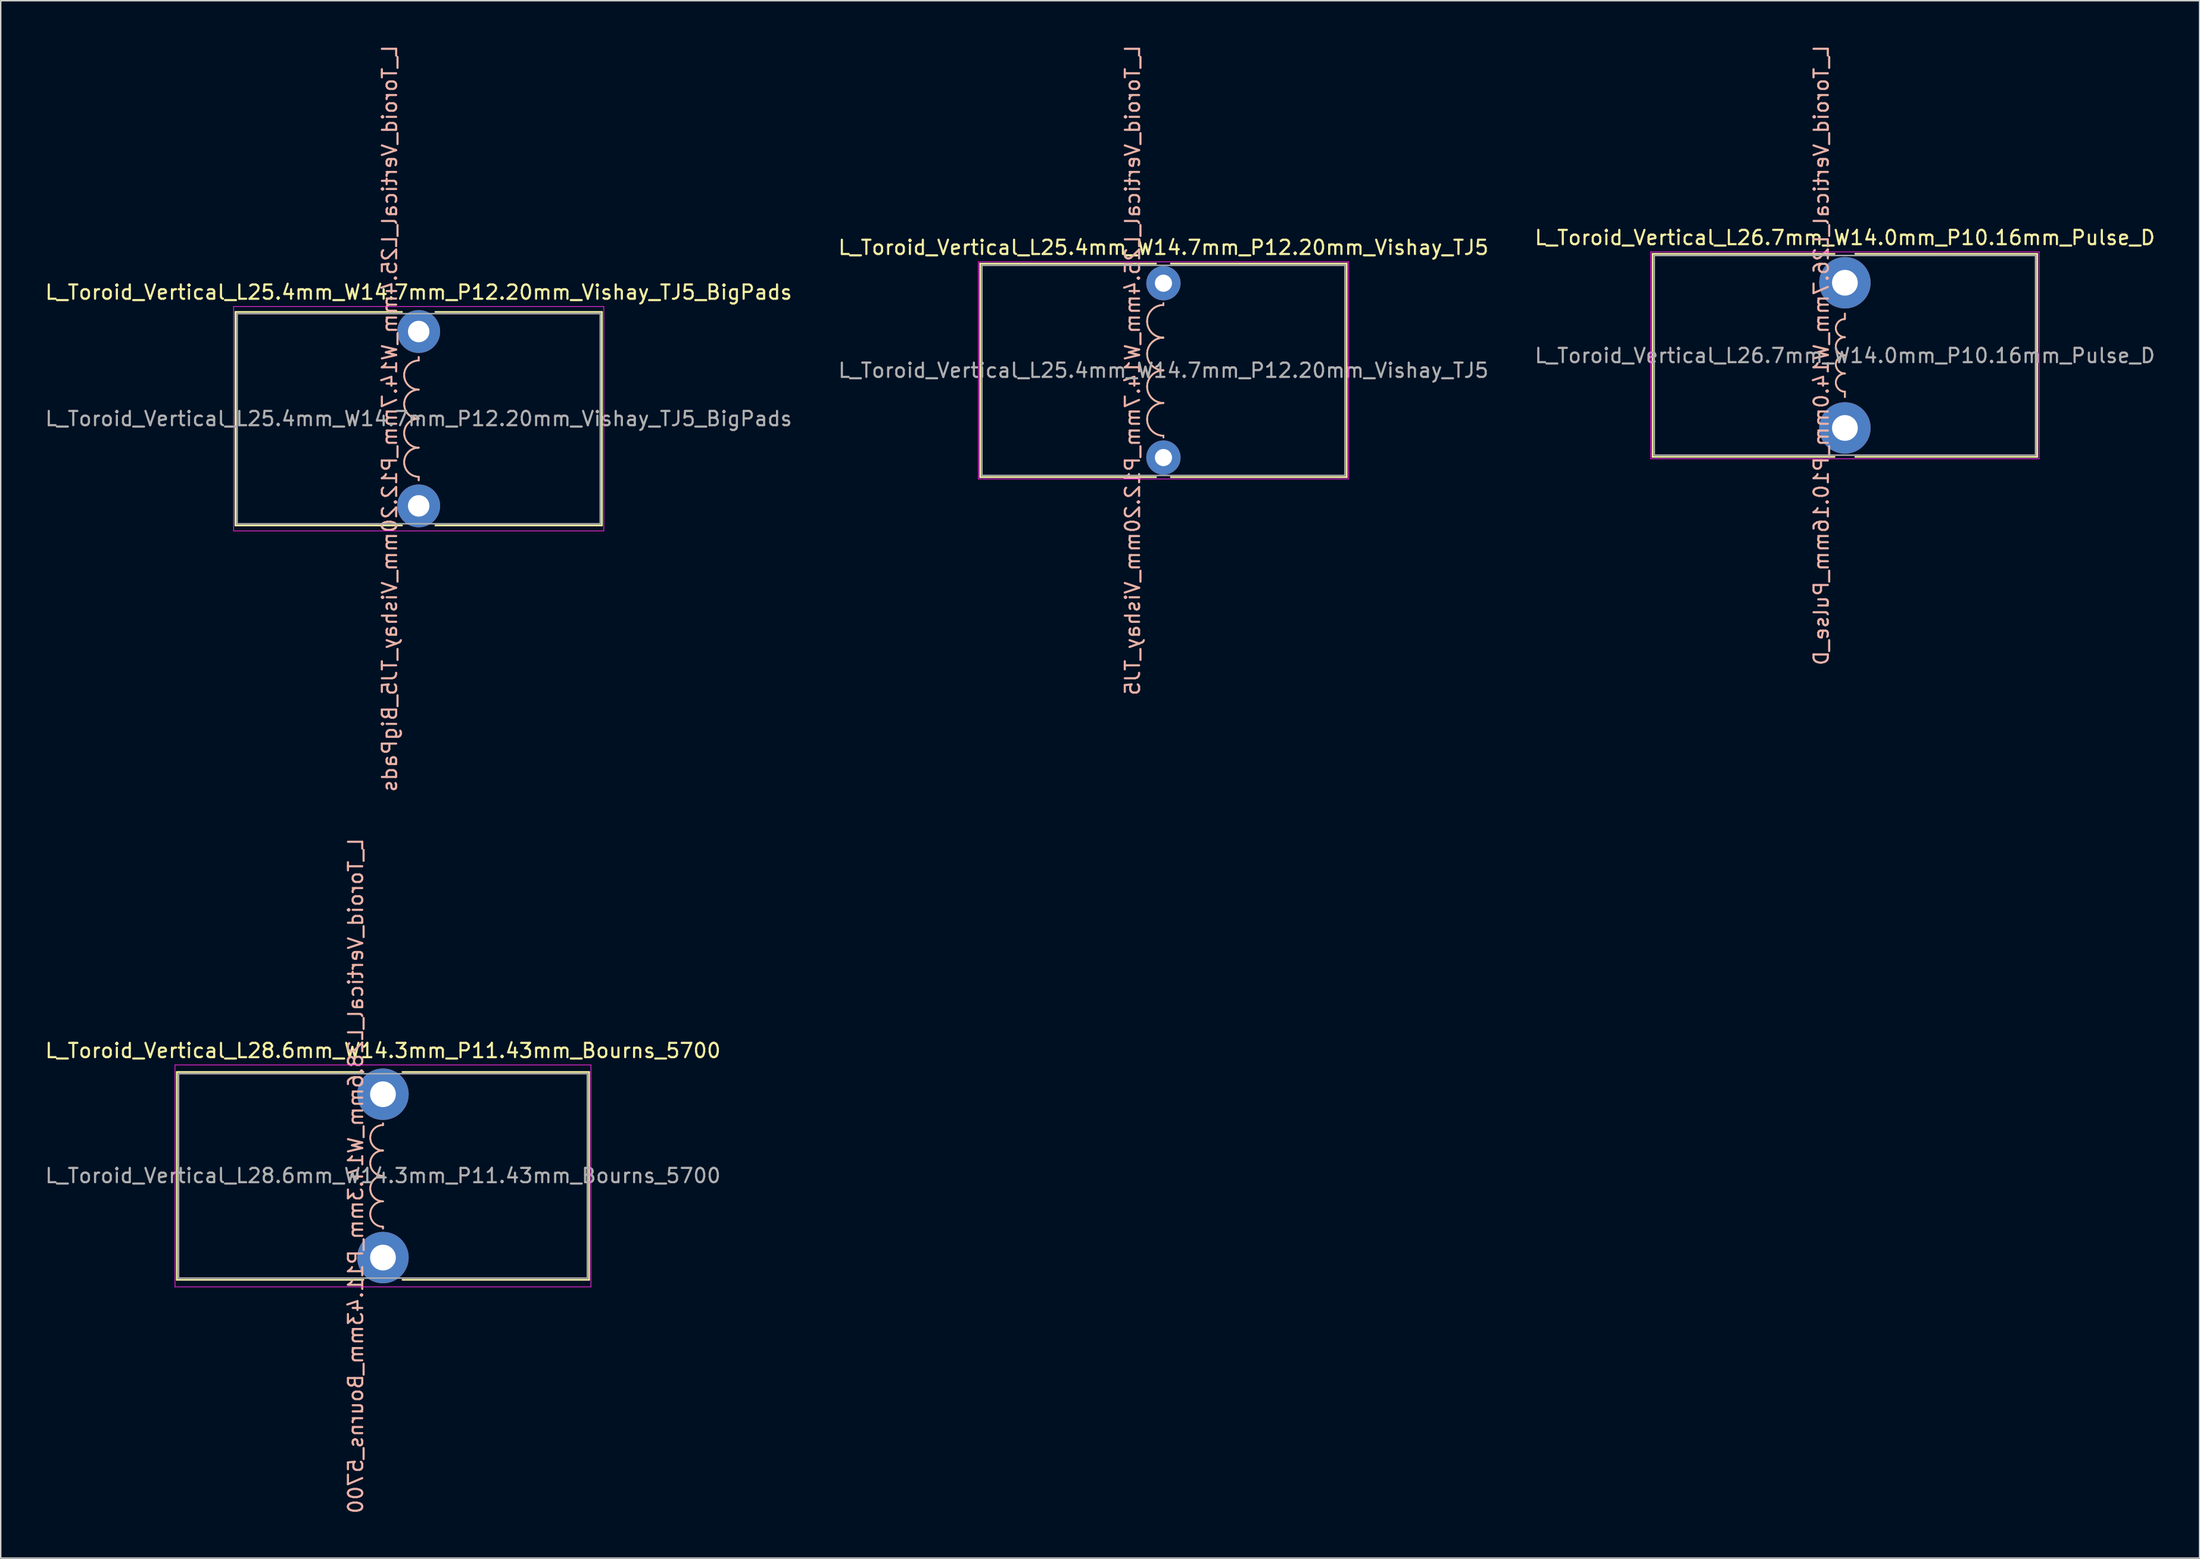
<source format=kicad_pcb>
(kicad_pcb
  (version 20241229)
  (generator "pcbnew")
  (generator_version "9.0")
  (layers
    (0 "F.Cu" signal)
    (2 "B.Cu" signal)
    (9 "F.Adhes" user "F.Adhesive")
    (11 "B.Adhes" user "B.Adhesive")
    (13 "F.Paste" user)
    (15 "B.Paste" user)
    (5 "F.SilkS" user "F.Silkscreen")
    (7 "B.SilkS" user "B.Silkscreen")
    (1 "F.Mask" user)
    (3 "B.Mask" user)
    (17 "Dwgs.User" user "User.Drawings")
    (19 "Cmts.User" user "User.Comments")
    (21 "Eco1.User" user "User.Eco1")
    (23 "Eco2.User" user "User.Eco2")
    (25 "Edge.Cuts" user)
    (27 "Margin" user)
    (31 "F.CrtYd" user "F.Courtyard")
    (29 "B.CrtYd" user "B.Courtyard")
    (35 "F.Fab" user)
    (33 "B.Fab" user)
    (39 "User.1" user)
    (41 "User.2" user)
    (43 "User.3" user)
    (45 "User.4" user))
  (footprint "L_Toroid_Vertical_L26.7mm_W14.0mm_P10.16mm_Pulse_D"
    (layer "F.Cu")
    (at 126.03 16.735)
    (property "Reference" "L_Toroid_Vertical_L26.7mm_W14.0mm_P10.16mm_Pulse_D" (at 0 -3.155 0) (layer "F.SilkS") (effects (font (size 1 1) (thickness 0.15))))
    (fp_line (start -13.455 -2.025) (end -13.455 12.185) (stroke (width 0.12) (type solid)) (layer "F.SilkS"))
    (fp_line (start -13.455 -2.025) (end -0.725 -2.025) (stroke (width 0.12) (type solid)) (layer "F.SilkS"))
    (fp_line (start -13.455 12.185) (end -0.725 12.185) (stroke (width 0.12) (type solid)) (layer "F.SilkS"))
    (fp_line (start 0 2.54) (end 0 2.159) (stroke (width 0.12) (type solid)) (layer "F.SilkS"))
    (fp_line (start 0 7.62) (end 0 8.001) (stroke (width 0.12) (type solid)) (layer "F.SilkS"))
    (fp_line (start 0.725 -2.025) (end 13.455 -2.025) (stroke (width 0.12) (type solid)) (layer "F.SilkS"))
    (fp_line (start 0.725 12.185) (end 13.455 12.185) (stroke (width 0.12) (type solid)) (layer "F.SilkS"))
    (fp_line (start 13.455 -2.025) (end 13.455 12.185) (stroke (width 0.12) (type solid)) (layer "F.SilkS"))
    (fp_arc (start 0 3.81) (mid -0.635 3.175) (end 0 2.54) (stroke (width 0.12) (type solid)) (layer "F.SilkS"))
    (fp_arc (start 0 5.08) (mid -0.635 4.445) (end 0 3.81) (stroke (width 0.12) (type solid)) (layer "F.SilkS"))
    (fp_arc (start 0 6.35) (mid -0.635 5.715) (end 0 5.08) (stroke (width 0.12) (type solid)) (layer "F.SilkS"))
    (fp_arc (start 0 7.62) (mid -0.635 6.985) (end 0 6.35) (stroke (width 0.12) (type solid)) (layer "F.SilkS"))
    (fp_line (start 0 2.54) (end 0 2.159) (stroke (width 0.12) (type solid)) (layer "B.SilkS"))
    (fp_line (start 0 7.62) (end 0 8.001) (stroke (width 0.12) (type solid)) (layer "B.SilkS"))
    (fp_arc (start 0 3.81) (mid -0.635 3.175) (end 0 2.54) (stroke (width 0.12) (type solid)) (layer "B.SilkS"))
    (fp_arc (start 0 5.08) (mid -0.635 4.445) (end 0 3.81) (stroke (width 0.12) (type solid)) (layer "B.SilkS"))
    (fp_arc (start 0 6.35) (mid -0.635 5.715) (end 0 5.08) (stroke (width 0.12) (type solid)) (layer "B.SilkS"))
    (fp_arc (start 0 7.62) (mid -0.635 6.985) (end 0 6.35) (stroke (width 0.12) (type solid)) (layer "B.SilkS"))
    (fp_line (start -13.59 -2.16) (end -13.59 12.32) (stroke (width 0.05) (type solid)) (layer "F.CrtYd"))
    (fp_line (start -13.59 12.32) (end 13.59 12.32) (stroke (width 0.05) (type solid)) (layer "F.CrtYd"))
    (fp_line (start 13.59 -2.16) (end -13.59 -2.16) (stroke (width 0.05) (type solid)) (layer "F.CrtYd"))
    (fp_line (start 13.59 12.32) (end 13.59 -2.16) (stroke (width 0.05) (type solid)) (layer "F.CrtYd"))
    (fp_line (start -13.335 -1.905) (end -13.335 12.065) (stroke (width 0.1) (type solid)) (layer "F.Fab"))
    (fp_line (start -13.335 12.065) (end 13.335 12.065) (stroke (width 0.1) (type solid)) (layer "F.Fab"))
    (fp_line (start 13.335 -1.905) (end -13.335 -1.905) (stroke (width 0.1) (type solid)) (layer "F.Fab"))
    (fp_line (start 13.335 12.065) (end 13.335 -1.905) (stroke (width 0.1) (type solid)) (layer "F.Fab"))
    (fp_text user "${REFERENCE}" (at -1.651 5.08 90) (layer "B.SilkS") (effects (font (size 1 1) (thickness 0.15)) (justify mirror)))
    (fp_text user "${REFERENCE}" (at 0 5.1 0) (layer "F.Fab") (effects (font (size 1 1) (thickness 0.15))))
    (pad "1" thru_hole circle (at 0 0) (size 3.6 3.6) (drill 1.8) (layers "*.Cu" "*.Mask"))
    (pad "2" thru_hole circle (at 0 10.16) (size 3.6 3.6) (drill 1.8) (layers "*.Cu" "*.Mask")))
  (footprint "L_Toroid_Vertical_L25.4mm_W14.7mm_P12.20mm_Vishay_TJ5"
    (layer "F.Cu")
    (at 78.351 16.767)
    (property "Reference" "L_Toroid_Vertical_L25.4mm_W14.7mm_P12.20mm_Vishay_TJ5" (at 0 -2.5 0) (layer "F.SilkS") (effects (font (size 1 1) (thickness 0.15))))
    (fp_line (start -12.82 -1.37) (end -12.82 13.57) (stroke (width 0.12) (type solid)) (layer "F.SilkS"))
    (fp_line (start -12.82 -1.37) (end -0.517 -1.37) (stroke (width 0.12) (type solid)) (layer "F.SilkS"))
    (fp_line (start -12.82 13.57) (end -0.517 13.57) (stroke (width 0.12) (type solid)) (layer "F.SilkS"))
    (fp_line (start 0 1.524) (end 0 1.397) (stroke (width 0.12) (type solid)) (layer "F.SilkS"))
    (fp_line (start 0 10.668) (end 0 10.795) (stroke (width 0.12) (type solid)) (layer "F.SilkS"))
    (fp_line (start 0.517 -1.37) (end 12.82 -1.37) (stroke (width 0.12) (type solid)) (layer "F.SilkS"))
    (fp_line (start 0.517 13.57) (end 12.82 13.57) (stroke (width 0.12) (type solid)) (layer "F.SilkS"))
    (fp_line (start 12.82 -1.37) (end 12.82 13.57) (stroke (width 0.12) (type solid)) (layer "F.SilkS"))
    (fp_arc (start 0 3.81) (mid -1.143 2.667) (end 0 1.524) (stroke (width 0.12) (type solid)) (layer "F.SilkS"))
    (fp_arc (start 0 6.096) (mid -1.143 4.953) (end 0 3.81) (stroke (width 0.12) (type solid)) (layer "F.SilkS"))
    (fp_arc (start 0 8.382) (mid -1.143 7.239) (end 0 6.096) (stroke (width 0.12) (type solid)) (layer "F.SilkS"))
    (fp_arc (start 0 10.668) (mid -1.143 9.525) (end 0 8.382) (stroke (width 0.12) (type solid)) (layer "F.SilkS"))
    (fp_line (start 0 1.524) (end 0 1.397) (stroke (width 0.12) (type solid)) (layer "B.SilkS"))
    (fp_line (start 0 10.668) (end 0 10.795) (stroke (width 0.12) (type solid)) (layer "B.SilkS"))
    (fp_arc (start 0 3.81) (mid -1.143 2.667) (end 0 1.524) (stroke (width 0.12) (type solid)) (layer "B.SilkS"))
    (fp_arc (start 0 6.096) (mid -1.143 4.953) (end 0 3.81) (stroke (width 0.12) (type solid)) (layer "B.SilkS"))
    (fp_arc (start 0 8.382) (mid -1.143 7.239) (end 0 6.096) (stroke (width 0.12) (type solid)) (layer "B.SilkS"))
    (fp_arc (start 0 10.668) (mid -1.143 9.525) (end 0 8.382) (stroke (width 0.12) (type solid)) (layer "B.SilkS"))
    (fp_line (start -12.95 -1.5) (end -12.95 13.7) (stroke (width 0.05) (type solid)) (layer "F.CrtYd"))
    (fp_line (start -12.95 13.7) (end 12.95 13.7) (stroke (width 0.05) (type solid)) (layer "F.CrtYd"))
    (fp_line (start 12.95 -1.5) (end -12.95 -1.5) (stroke (width 0.05) (type solid)) (layer "F.CrtYd"))
    (fp_line (start 12.95 13.7) (end 12.95 -1.5) (stroke (width 0.05) (type solid)) (layer "F.CrtYd"))
    (fp_line (start -12.7 -1.25) (end -12.7 13.45) (stroke (width 0.1) (type solid)) (layer "F.Fab"))
    (fp_line (start -12.7 13.45) (end 12.7 13.45) (stroke (width 0.1) (type solid)) (layer "F.Fab"))
    (fp_line (start 12.7 -1.25) (end -12.7 -1.25) (stroke (width 0.1) (type solid)) (layer "F.Fab"))
    (fp_line (start 12.7 13.45) (end 12.7 -1.25) (stroke (width 0.1) (type solid)) (layer "F.Fab"))
    (fp_text user "${REFERENCE}" (at -2.159 6.096 90) (layer "B.SilkS") (effects (font (size 1 1) (thickness 0.15)) (justify mirror)))
    (fp_text user "${REFERENCE}" (at 0 6.1 0) (layer "F.Fab") (effects (font (size 1 1) (thickness 0.15))))
    (pad "1" thru_hole circle (at 0 0) (size 2.4 2.4) (drill 1.2) (layers "*.Cu" "*.Mask"))
    (pad "2" thru_hole circle (at 0 12.2) (size 2.4 2.4) (drill 1.2) (layers "*.Cu" "*.Mask")))
  (footprint "L_Toroid_Vertical_L28.6mm_W14.3mm_P11.43mm_Bourns_5700"
    (layer "F.Cu")
    (at 23.744 73.517)
    (property "Reference" "L_Toroid_Vertical_L28.6mm_W14.3mm_P11.43mm_Bourns_5700" (at 0 -3.05 0) (layer "F.SilkS") (effects (font (size 1 1) (thickness 0.15))))
    (fp_line (start -14.42 -1.555) (end -14.42 12.985) (stroke (width 0.12) (type solid)) (layer "F.SilkS"))
    (fp_line (start -14.42 -1.555) (end -1.365 -1.555) (stroke (width 0.12) (type solid)) (layer "F.SilkS"))
    (fp_line (start -14.42 12.985) (end -1.365 12.985) (stroke (width 0.12) (type solid)) (layer "F.SilkS"))
    (fp_line (start 0 2.159) (end 0 2.032) (stroke (width 0.12) (type solid)) (layer "F.SilkS"))
    (fp_line (start 0 9.271) (end 0 9.398) (stroke (width 0.12) (type solid)) (layer "F.SilkS"))
    (fp_line (start 1.365 -1.555) (end 14.42 -1.555) (stroke (width 0.12) (type solid)) (layer "F.SilkS"))
    (fp_line (start 1.365 12.985) (end 14.42 12.985) (stroke (width 0.12) (type solid)) (layer "F.SilkS"))
    (fp_line (start 14.42 -1.555) (end 14.42 12.985) (stroke (width 0.12) (type solid)) (layer "F.SilkS"))
    (fp_arc (start 0 3.937) (mid -0.889 3.048) (end 0 2.159) (stroke (width 0.12) (type solid)) (layer "F.SilkS"))
    (fp_arc (start 0 5.715) (mid -0.889 4.826) (end 0 3.937) (stroke (width 0.12) (type solid)) (layer "F.SilkS"))
    (fp_arc (start 0 7.493) (mid -0.889 6.604) (end 0 5.715) (stroke (width 0.12) (type solid)) (layer "F.SilkS"))
    (fp_arc (start 0 9.271) (mid -0.889 8.382) (end 0 7.493) (stroke (width 0.12) (type solid)) (layer "F.SilkS"))
    (fp_line (start 0 2.159) (end 0 2.032) (stroke (width 0.12) (type solid)) (layer "B.SilkS"))
    (fp_line (start 0 9.271) (end 0 9.398) (stroke (width 0.12) (type solid)) (layer "B.SilkS"))
    (fp_arc (start 0 3.937) (mid -0.889 3.048) (end 0 2.159) (stroke (width 0.12) (type solid)) (layer "B.SilkS"))
    (fp_arc (start 0 5.715) (mid -0.889 4.826) (end 0 3.937) (stroke (width 0.12) (type solid)) (layer "B.SilkS"))
    (fp_arc (start 0 7.493) (mid -0.889 6.604) (end 0 5.715) (stroke (width 0.12) (type solid)) (layer "B.SilkS"))
    (fp_arc (start 0 9.271) (mid -0.889 8.382) (end 0 7.493) (stroke (width 0.12) (type solid)) (layer "B.SilkS"))
    (fp_line (start -14.55 -2.05) (end -14.55 13.48) (stroke (width 0.05) (type solid)) (layer "F.CrtYd"))
    (fp_line (start -14.55 13.48) (end 14.55 13.48) (stroke (width 0.05) (type solid)) (layer "F.CrtYd"))
    (fp_line (start 14.55 -2.05) (end -14.55 -2.05) (stroke (width 0.05) (type solid)) (layer "F.CrtYd"))
    (fp_line (start 14.55 13.48) (end 14.55 -2.05) (stroke (width 0.05) (type solid)) (layer "F.CrtYd"))
    (fp_line (start -14.3 -1.435) (end -14.3 12.865) (stroke (width 0.1) (type solid)) (layer "F.Fab"))
    (fp_line (start -14.3 12.865) (end 14.3 12.865) (stroke (width 0.1) (type solid)) (layer "F.Fab"))
    (fp_line (start 14.3 -1.435) (end -14.3 -1.435) (stroke (width 0.1) (type solid)) (layer "F.Fab"))
    (fp_line (start 14.3 12.865) (end 14.3 -1.435) (stroke (width 0.1) (type solid)) (layer "F.Fab"))
    (fp_text user "${REFERENCE}" (at -1.905 5.715 90) (layer "B.SilkS") (effects (font (size 1 1) (thickness 0.15)) (justify mirror)))
    (fp_text user "${REFERENCE}" (at 0 5.7 0) (layer "F.Fab") (effects (font (size 1 1) (thickness 0.15))))
    (pad "1" thru_hole circle (at 0 0) (size 3.6 3.6) (drill 1.8) (layers "*.Cu" "*.Mask"))
    (pad "2" thru_hole circle (at 0 11.43) (size 3.6 3.6) (drill 1.8) (layers "*.Cu" "*.Mask")))
  (footprint "L_Toroid_Vertical_L25.4mm_W14.7mm_P12.20mm_Vishay_TJ5_BigPads"
    (layer "F.Cu")
    (at 26.244 20.148)
    (property "Reference" "L_Toroid_Vertical_L25.4mm_W14.7mm_P12.20mm_Vishay_TJ5_BigPads" (at 0 -2.75 0) (layer "F.SilkS") (effects (font (size 1 1) (thickness 0.15))))
    (fp_line (start -12.82 -1.37) (end -12.82 13.57) (stroke (width 0.12) (type solid)) (layer "F.SilkS"))
    (fp_line (start -12.82 -1.37) (end -1.166 -1.37) (stroke (width 0.12) (type solid)) (layer "F.SilkS"))
    (fp_line (start -12.82 13.57) (end -1.166 13.57) (stroke (width 0.12) (type solid)) (layer "F.SilkS"))
    (fp_line (start 0 2.032) (end 0 1.778) (stroke (width 0.12) (type solid)) (layer "F.SilkS"))
    (fp_line (start 0 10.16) (end 0 10.414) (stroke (width 0.12) (type solid)) (layer "F.SilkS"))
    (fp_line (start 1.166 -1.37) (end 12.82 -1.37) (stroke (width 0.12) (type solid)) (layer "F.SilkS"))
    (fp_line (start 1.166 13.57) (end 12.82 13.57) (stroke (width 0.12) (type solid)) (layer "F.SilkS"))
    (fp_line (start 12.82 -1.37) (end 12.82 13.57) (stroke (width 0.12) (type solid)) (layer "F.SilkS"))
    (fp_arc (start 0 4.064) (mid -1.016 3.048) (end 0 2.032) (stroke (width 0.12) (type solid)) (layer "F.SilkS"))
    (fp_arc (start 0 6.096) (mid -1.016 5.08) (end 0 4.064) (stroke (width 0.12) (type solid)) (layer "F.SilkS"))
    (fp_arc (start 0 8.128) (mid -1.016 7.112) (end 0 6.096) (stroke (width 0.12) (type solid)) (layer "F.SilkS"))
    (fp_arc (start 0 10.16) (mid -1.016 9.144) (end 0 8.128) (stroke (width 0.12) (type solid)) (layer "F.SilkS"))
    (fp_line (start 0 2.032) (end 0 1.778) (stroke (width 0.12) (type solid)) (layer "B.SilkS"))
    (fp_line (start 0 10.16) (end 0 10.414) (stroke (width 0.12) (type solid)) (layer "B.SilkS"))
    (fp_arc (start 0 4.064) (mid -1.016 3.048) (end 0 2.032) (stroke (width 0.12) (type solid)) (layer "B.SilkS"))
    (fp_arc (start 0 6.096) (mid -1.016 5.08) (end 0 4.064) (stroke (width 0.12) (type solid)) (layer "B.SilkS"))
    (fp_arc (start 0 8.128) (mid -1.016 7.112) (end 0 6.096) (stroke (width 0.12) (type solid)) (layer "B.SilkS"))
    (fp_arc (start 0 10.16) (mid -1.016 9.144) (end 0 8.128) (stroke (width 0.12) (type solid)) (layer "B.SilkS"))
    (fp_line (start -12.95 -1.75) (end -12.95 13.95) (stroke (width 0.05) (type solid)) (layer "F.CrtYd"))
    (fp_line (start -12.95 13.95) (end 12.95 13.95) (stroke (width 0.05) (type solid)) (layer "F.CrtYd"))
    (fp_line (start 12.95 -1.75) (end -12.95 -1.75) (stroke (width 0.05) (type solid)) (layer "F.CrtYd"))
    (fp_line (start 12.95 13.95) (end 12.95 -1.75) (stroke (width 0.05) (type solid)) (layer "F.CrtYd"))
    (fp_line (start -12.7 -1.25) (end -12.7 13.45) (stroke (width 0.1) (type solid)) (layer "F.Fab"))
    (fp_line (start -12.7 13.45) (end 12.7 13.45) (stroke (width 0.1) (type solid)) (layer "F.Fab"))
    (fp_line (start 12.7 -1.25) (end -12.7 -1.25) (stroke (width 0.1) (type solid)) (layer "F.Fab"))
    (fp_line (start 12.7 13.45) (end 12.7 -1.25) (stroke (width 0.1) (type solid)) (layer "F.Fab"))
    (fp_text user "${REFERENCE}" (at -2.032 6.096 90) (layer "B.SilkS") (effects (font (size 1 1) (thickness 0.15)) (justify mirror)))
    (fp_text user "${REFERENCE}" (at 0 6.1 0) (layer "F.Fab") (effects (font (size 1 1) (thickness 0.15))))
    (pad "1" thru_hole circle (at 0 0) (size 3 3) (drill 1.5) (layers "*.Cu" "*.Mask"))
    (pad "2" thru_hole circle (at 0 12.2) (size 3 3) (drill 1.5) (layers "*.Cu" "*.Mask")))
  (gr_rect
    (start -3 -3)
    (end 150.845 105.976)
    (stroke (width 0.1) (type default))
    (fill no)
    (layer "Edge.Cuts")))
</source>
